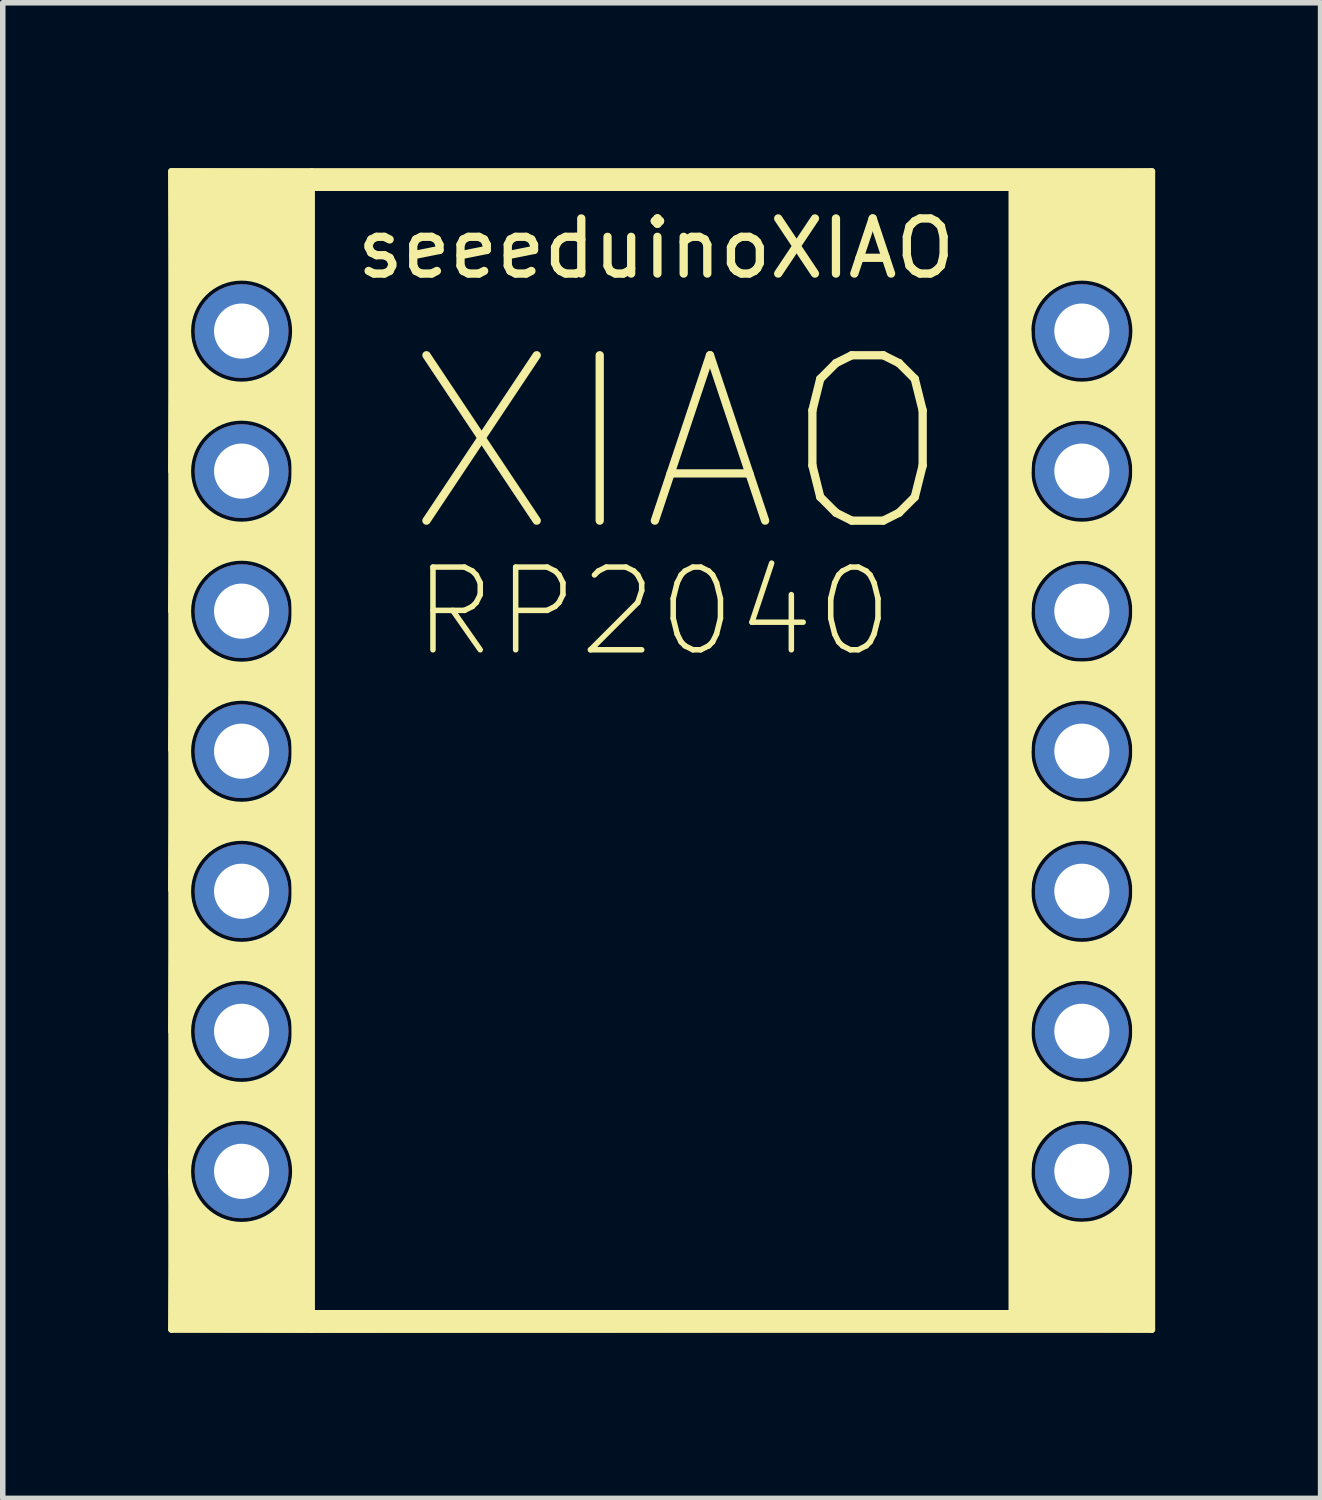
<source format=kicad_pcb>
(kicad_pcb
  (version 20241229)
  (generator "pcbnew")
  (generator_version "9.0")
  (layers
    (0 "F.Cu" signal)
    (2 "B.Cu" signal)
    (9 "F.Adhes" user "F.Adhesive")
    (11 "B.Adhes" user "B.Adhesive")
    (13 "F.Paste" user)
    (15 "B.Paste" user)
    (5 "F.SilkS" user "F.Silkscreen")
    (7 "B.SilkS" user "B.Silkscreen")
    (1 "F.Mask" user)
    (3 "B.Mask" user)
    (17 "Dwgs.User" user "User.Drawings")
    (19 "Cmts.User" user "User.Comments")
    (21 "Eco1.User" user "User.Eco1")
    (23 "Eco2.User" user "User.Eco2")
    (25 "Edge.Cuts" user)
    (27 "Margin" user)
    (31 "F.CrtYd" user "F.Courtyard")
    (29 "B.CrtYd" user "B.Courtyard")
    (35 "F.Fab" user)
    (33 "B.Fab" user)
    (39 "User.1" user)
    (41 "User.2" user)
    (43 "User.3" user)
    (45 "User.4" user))
  (footprint "seeeduinoXIAO"
    (layer "F.Cu")
    (at 8.85 10.245)
    (property "Reference" "seeeduinoXIAO" (at 0 -8.788 180) (layer "F.SilkS") (effects (font (size 1 1) (thickness 0.15))))
    (attr through_hole)
    (fp_line (start -8.788 -10.185) (end 8.992 -10.185) (stroke (width 0.12) (type solid)) (layer "F.SilkS"))
    (fp_line (start -8.788 10.82) (end -8.788 -10.185) (stroke (width 0.12) (type solid)) (layer "F.SilkS"))
    (fp_line (start -6.248 10.82) (end -6.248 -10.185) (stroke (width 0.12) (type solid)) (layer "F.SilkS"))
    (fp_line (start 6.452 -10.16) (end 6.452 10.808) (stroke (width 0.12) (type solid)) (layer "F.SilkS"))
    (fp_line (start 6.452 10.808) (end -6.26 10.826) (stroke (width 0.1) (type default)) (layer "F.SilkS"))
    (fp_line (start 8.992 -10.185) (end 8.992 10.82) (stroke (width 0.12) (type solid)) (layer "F.SilkS"))
    (fp_line (start 8.992 10.82) (end -8.788 10.82) (stroke (width 0.12) (type solid)) (layer "F.SilkS"))
    (fp_rect (start 6.426 -9.881) (end -6.248 -10.173) (stroke (width 0.1) (type default)) (fill no) (layer "F.SilkS"))
    (fp_rect (start 6.452 10.808) (end -6.223 10.516) (stroke (width 0.1) (type default)) (fill no) (layer "F.SilkS"))
    (fp_circle (center -7.518 -7.289) (end -8.484 -7.264) (stroke (width 0.1) (type default)) (fill no) (layer "F.SilkS"))
    (fp_circle (center -7.518 -4.749) (end -8.484 -4.724) (stroke (width 0.1) (type default)) (fill no) (layer "F.SilkS"))
    (fp_circle (center -7.518 -2.209) (end -8.484 -2.184) (stroke (width 0.1) (type default)) (fill no) (layer "F.SilkS"))
    (fp_circle (center -7.518 0.331) (end -8.484 0.356) (stroke (width 0.1) (type default)) (fill no) (layer "F.SilkS"))
    (fp_circle (center -7.518 2.871) (end -8.484 2.896) (stroke (width 0.1) (type default)) (fill no) (layer "F.SilkS"))
    (fp_circle (center -7.518 5.411) (end -8.484 5.436) (stroke (width 0.1) (type default)) (fill no) (layer "F.SilkS"))
    (fp_circle (center -7.518 7.951) (end -8.484 7.976) (stroke (width 0.1) (type default)) (fill no) (layer "F.SilkS"))
    (fp_circle (center 7.722 -7.289) (end 6.756 -7.264) (stroke (width 0.1) (type default)) (fill no) (layer "F.SilkS"))
    (fp_circle (center 7.722 -4.749) (end 6.756 -4.724) (stroke (width 0.1) (type default)) (fill no) (layer "F.SilkS"))
    (fp_circle (center 7.722 -2.209) (end 6.756 -2.184) (stroke (width 0.1) (type default)) (fill no) (layer "F.SilkS"))
    (fp_circle (center 7.722 0.331) (end 6.756 0.356) (stroke (width 0.1) (type default)) (fill no) (layer "F.SilkS"))
    (fp_circle (center 7.722 2.871) (end 6.756 2.896) (stroke (width 0.1) (type default)) (fill no) (layer "F.SilkS"))
    (fp_circle (center 7.722 7.95) (end 6.756 7.976) (stroke (width 0.1) (type default)) (fill no) (layer "F.SilkS"))
    (fp_circle (center 7.722 5.41) (end 6.757 5.436) (stroke (width 0.1) (type default)) (fill no) (layer "F.SilkS"))
    (fp_poly (pts (xy 6.426 -9.881) (xy 6.426 -10.173) (xy -6.26 -10.18) (xy -6.248 -9.881)) (stroke (width 0.1) (type solid)) (fill yes) (layer "F.SilkS"))
    (fp_poly (pts (xy 6.452 10.808) (xy 6.452 10.516) (xy -6.223 10.516) (xy -6.223 10.808)) (stroke (width 0.1) (type solid)) (fill yes) (layer "F.SilkS"))
    (fp_poly (pts (xy -8.496 7.956) (xy -8.8 7.956) (xy -8.775 8.921) (xy -7.886 8.921) (xy -8.089 8.768) (xy -8.343 8.54) (xy -8.419 8.387) (xy -8.495 8.184)) (stroke (width 0.1) (type solid)) (fill yes) (layer "F.SilkS"))
    (fp_poly (pts (xy 6.756 7.951) (xy 6.452 7.95) (xy 6.477 8.915) (xy 7.366 8.915) (xy 7.163 8.763) (xy 6.909 8.534) (xy 6.833 8.382) (xy 6.756 8.179)) (stroke (width 0.1) (type solid)) (fill yes) (layer "F.SilkS"))
    (fp_poly (pts (xy -8.496 -2.229) (xy -8.775 -2.23) (xy -8.8 0.31) (xy -8.496 0.311) (xy -8.47 -0.02) (xy -8.343 -0.274) (xy -8.14 -0.477) (xy -7.733 -0.655) (xy -7.403 -0.655) (xy -6.946 -0.528) (xy -6.59 -0.096) (xy -6.565 -1.9) (xy -6.895 -1.442) (xy -7.276 -1.239) (xy -7.759 -1.239) (xy -8.191 -1.468) (xy -8.394 -1.722) (xy -8.495 -2.001)) (stroke (width 0.1) (type solid)) (fill yes) (layer "F.SilkS"))
    (fp_poly (pts (xy -8.496 -7.284) (xy -8.775 -7.284) (xy -8.8 -4.744) (xy -8.496 -4.744) (xy -8.47 -5.075) (xy -8.343 -5.329) (xy -8.14 -5.557) (xy -7.733 -5.735) (xy -7.403 -5.766) (xy -6.946 -5.608) (xy -6.59 -5.176) (xy -6.59 -5.151) (xy -6.565 -6.954) (xy -6.895 -6.497) (xy -7.276 -6.294) (xy -7.759 -6.294) (xy -8.191 -6.522) (xy -8.394 -6.776) (xy -8.495 -7.056)) (stroke (width 0.1) (type solid)) (fill yes) (layer "F.SilkS"))
    (fp_poly (pts (xy -8.496 -4.744) (xy -8.775 -4.744) (xy -8.8 -2.204) (xy -8.496 -2.204) (xy -8.47 -2.535) (xy -8.343 -2.789) (xy -8.165 -3.017) (xy -7.759 -3.195) (xy -7.391 -3.2) (xy -6.946 -3.093) (xy -6.59 -2.662) (xy -6.59 -2.611) (xy -6.565 -4.414) (xy -6.895 -3.957) (xy -7.276 -3.754) (xy -7.759 -3.754) (xy -8.191 -3.982) (xy -8.394 -4.236) (xy -8.495 -4.516)) (stroke (width 0.1) (type solid)) (fill yes) (layer "F.SilkS"))
    (fp_poly (pts (xy -8.496 0.311) (xy -8.775 0.31) (xy -8.8 2.85) (xy -8.496 2.851) (xy -8.47 2.52) (xy -8.343 2.266) (xy -8.14 2.063) (xy -7.733 1.885) (xy -7.403 1.885) (xy -6.971 1.987) (xy -6.616 2.418) (xy -6.59 2.444) (xy -6.565 0.64) (xy -6.895 1.098) (xy -7.276 1.301) (xy -7.759 1.301) (xy -8.191 1.072) (xy -8.394 0.818) (xy -8.495 0.539)) (stroke (width 0.1) (type solid)) (fill yes) (layer "F.SilkS"))
    (fp_poly (pts (xy -8.496 2.876) (xy -8.775 2.876) (xy -8.8 5.416) (xy -8.496 5.416) (xy -8.47 5.085) (xy -8.343 4.831) (xy -8.165 4.603) (xy -7.759 4.425) (xy -7.403 4.394) (xy -6.946 4.552) (xy -6.59 4.984) (xy -6.59 5.009) (xy -6.565 3.206) (xy -6.895 3.663) (xy -7.276 3.866) (xy -7.759 3.866) (xy -8.191 3.638) (xy -8.394 3.384) (xy -8.495 3.104)) (stroke (width 0.1) (type solid)) (fill yes) (layer "F.SilkS"))
    (fp_poly (pts (xy -8.496 5.416) (xy -8.775 5.416) (xy -8.8 7.956) (xy -8.496 7.956) (xy -8.47 7.625) (xy -8.343 7.371) (xy -8.165 7.143) (xy -7.759 6.965) (xy -7.403 6.96) (xy -6.946 7.092) (xy -6.59 7.524) (xy -6.59 7.549) (xy -6.565 5.746) (xy -6.895 6.203) (xy -7.276 6.406) (xy -7.759 6.406) (xy -8.191 6.178) (xy -8.394 5.924) (xy -8.495 5.644)) (stroke (width 0.1) (type solid)) (fill yes) (layer "F.SilkS"))
    (fp_poly (pts (xy 6.756 -7.289) (xy 6.477 -7.29) (xy 6.452 -4.75) (xy 6.756 -4.749) (xy 6.782 -5.08) (xy 6.909 -5.334) (xy 7.112 -5.537) (xy 7.518 -5.715) (xy 7.849 -5.715) (xy 8.28 -5.588) (xy 8.636 -5.156) (xy 8.661 -5.156) (xy 8.687 -6.96) (xy 8.357 -6.502) (xy 7.976 -6.299) (xy 7.493 -6.299) (xy 7.061 -6.528) (xy 6.858 -6.782) (xy 6.756 -7.061)) (stroke (width 0.1) (type solid)) (fill yes) (layer "F.SilkS"))
    (fp_poly (pts (xy 6.756 -4.749) (xy 6.477 -4.75) (xy 6.452 -2.21) (xy 6.756 -2.209) (xy 6.782 -2.54) (xy 6.909 -2.794) (xy 7.112 -2.997) (xy 7.518 -3.175) (xy 7.849 -3.175) (xy 8.28 -3.048) (xy 8.636 -2.616) (xy 8.661 -2.616) (xy 8.687 -4.42) (xy 8.357 -3.962) (xy 7.976 -3.759) (xy 7.493 -3.759) (xy 7.061 -3.988) (xy 6.858 -4.242) (xy 6.756 -4.521)) (stroke (width 0.1) (type solid)) (fill yes) (layer "F.SilkS"))
    (fp_poly (pts (xy 6.756 -2.235) (xy 6.477 -2.235) (xy 6.452 0.305) (xy 6.756 0.305) (xy 6.782 -0.025) (xy 6.909 -0.279) (xy 7.112 -0.483) (xy 7.518 -0.66) (xy 7.849 -0.66) (xy 8.28 -0.533) (xy 8.636 -0.102) (xy 8.661 -0.102) (xy 8.687 -1.905) (xy 8.357 -1.448) (xy 7.976 -1.245) (xy 7.493 -1.245) (xy 7.061 -1.473) (xy 6.858 -1.727) (xy 6.756 -2.007)) (stroke (width 0.1) (type solid)) (fill yes) (layer "F.SilkS"))
    (fp_poly (pts (xy 6.756 0.305) (xy 6.477 0.305) (xy 6.452 2.845) (xy 6.756 2.845) (xy 6.782 2.515) (xy 6.909 2.261) (xy 7.112 2.057) (xy 7.518 1.88) (xy 7.849 1.88) (xy 8.28 2.007) (xy 8.636 2.438) (xy 8.661 2.438) (xy 8.687 0.635) (xy 8.357 1.092) (xy 7.976 1.295) (xy 7.493 1.295) (xy 7.061 1.067) (xy 6.858 0.813) (xy 6.756 0.533)) (stroke (width 0.1) (type solid)) (fill yes) (layer "F.SilkS"))
    (fp_poly (pts (xy 6.756 2.871) (xy 6.477 2.87) (xy 6.452 5.41) (xy 6.756 5.411) (xy 6.782 5.08) (xy 6.909 4.826) (xy 7.112 4.623) (xy 7.518 4.445) (xy 7.849 4.445) (xy 8.28 4.572) (xy 8.636 5.004) (xy 8.661 5.004) (xy 8.687 3.2) (xy 8.357 3.658) (xy 7.976 3.861) (xy 7.493 3.861) (xy 7.061 3.632) (xy 6.858 3.378) (xy 6.756 3.099)) (stroke (width 0.1) (type solid)) (fill yes) (layer "F.SilkS"))
    (fp_poly (pts (xy 6.756 5.411) (xy 6.477 5.41) (xy 6.452 7.95) (xy 6.756 7.951) (xy 6.782 7.62) (xy 6.909 7.366) (xy 7.112 7.163) (xy 7.518 6.985) (xy 7.849 6.985) (xy 8.28 7.112) (xy 8.636 7.544) (xy 8.661 7.544) (xy 8.687 5.74) (xy 8.357 6.198) (xy 7.976 6.401) (xy 7.493 6.401) (xy 7.061 6.172) (xy 6.858 5.918) (xy 6.756 5.639)) (stroke (width 0.1) (type solid)) (fill yes) (layer "F.SilkS"))
    (fp_poly (pts (xy -6.26 10.826) (xy -6.26 -10.18) (xy -8.8 -10.193) (xy -8.775 -7.284) (xy -8.546 -7.284) (xy -8.445 -7.792) (xy -8.114 -8.072) (xy -7.759 -8.275) (xy -7.276 -8.275) (xy -6.844 -8.097) (xy -6.54 -7.615) (xy -6.54 -7.132) (xy -6.565 -4.744) (xy -6.565 2.876) (xy -6.564 5.416) (xy -6.539 7.956) (xy -6.59 8.337) (xy -6.87 8.718) (xy -7.276 8.921) (xy -7.53 8.921) (xy -8.775 8.921) (xy -8.8 10.813)) (stroke (width 0.1) (type solid)) (fill yes) (layer "F.SilkS"))
    (fp_poly (pts (xy 8.992 10.82) (xy 8.992 -10.185) (xy 6.452 -10.16) (xy 6.477 -7.29) (xy 6.705 -7.289) (xy 6.807 -7.798) (xy 7.137 -8.077) (xy 7.493 -8.28) (xy 7.976 -8.28) (xy 8.382 -8.052) (xy 8.687 -7.569) (xy 8.712 -7.137) (xy 8.687 -4.749) (xy 8.687 2.871) (xy 8.687 5.41) (xy 8.687 7.95) (xy 8.636 8.331) (xy 8.382 8.712) (xy 7.976 8.915) (xy 7.722 8.916) (xy 6.477 8.915) (xy 6.452 10.808)) (stroke (width 0.1) (type solid)) (fill yes) (layer "F.SilkS"))
    (fp_text user "RP2040" (at -4.47 -1.321 0) (unlocked yes) (layer "F.SilkS") (effects (font (size 1.5 1.5) (thickness 0.1)) (justify left bottom)))
    (fp_text user "XIAO" (at 0.406 -5.232 0) (unlocked yes) (layer "F.SilkS") (effects (font (size 3 3) (thickness 0.15))))
    (pad "1" thru_hole circle (at -7.518 -7.29 180) (size 1.7 1.7) (drill 1) (layers "*.Cu" "*.Mask"))
    (pad "2" thru_hole circle (at -7.518 -4.75 180) (size 1.7 1.7) (drill 1) (layers "*.Cu" "*.Mask"))
    (pad "3" thru_hole circle (at -7.518 -2.21 180) (size 1.7 1.7) (drill 1) (layers "*.Cu" "*.Mask"))
    (pad "4" thru_hole circle (at -7.518 0.33 180) (size 1.7 1.7) (drill 1) (layers "*.Cu" "*.Mask"))
    (pad "5" thru_hole circle (at -7.518 2.87 180) (size 1.7 1.7) (drill 1) (layers "*.Cu" "*.Mask"))
    (pad "6" thru_hole circle (at -7.518 5.41 180) (size 1.7 1.7) (drill 1) (layers "*.Cu" "*.Mask"))
    (pad "7" thru_hole circle (at -7.518 7.95 180) (size 1.7 1.7) (drill 1) (layers "*.Cu" "*.Mask"))
    (pad "8" thru_hole circle (at 7.722 7.95 180) (size 1.7 1.7) (drill 1) (layers "*.Cu" "*.Mask"))
    (pad "9" thru_hole circle (at 7.722 5.41 180) (size 1.7 1.7) (drill 1) (layers "*.Cu" "*.Mask"))
    (pad "10" thru_hole circle (at 7.722 2.87 180) (size 1.7 1.7) (drill 1) (layers "*.Cu" "*.Mask"))
    (pad "11" thru_hole circle (at 7.722 0.33 180) (size 1.7 1.7) (drill 1) (layers "*.Cu" "*.Mask"))
    (pad "12" thru_hole circle (at 7.722 -2.21 180) (size 1.7 1.7) (drill 1) (layers "*.Cu" "*.Mask"))
    (pad "13" thru_hole circle (at 7.722 -4.75 180) (size 1.7 1.7) (drill 1) (layers "*.Cu" "*.Mask"))
    (pad "14" thru_hole circle (at 7.722 -7.29 180) (size 1.7 1.7) (drill 1) (layers "*.Cu" "*.Mask")))
  (gr_rect
    (start -3 -3)
    (end 20.902 24.126)
    (stroke (width 0.1) (type default))
    (fill no)
    (layer "Edge.Cuts")))
</source>
